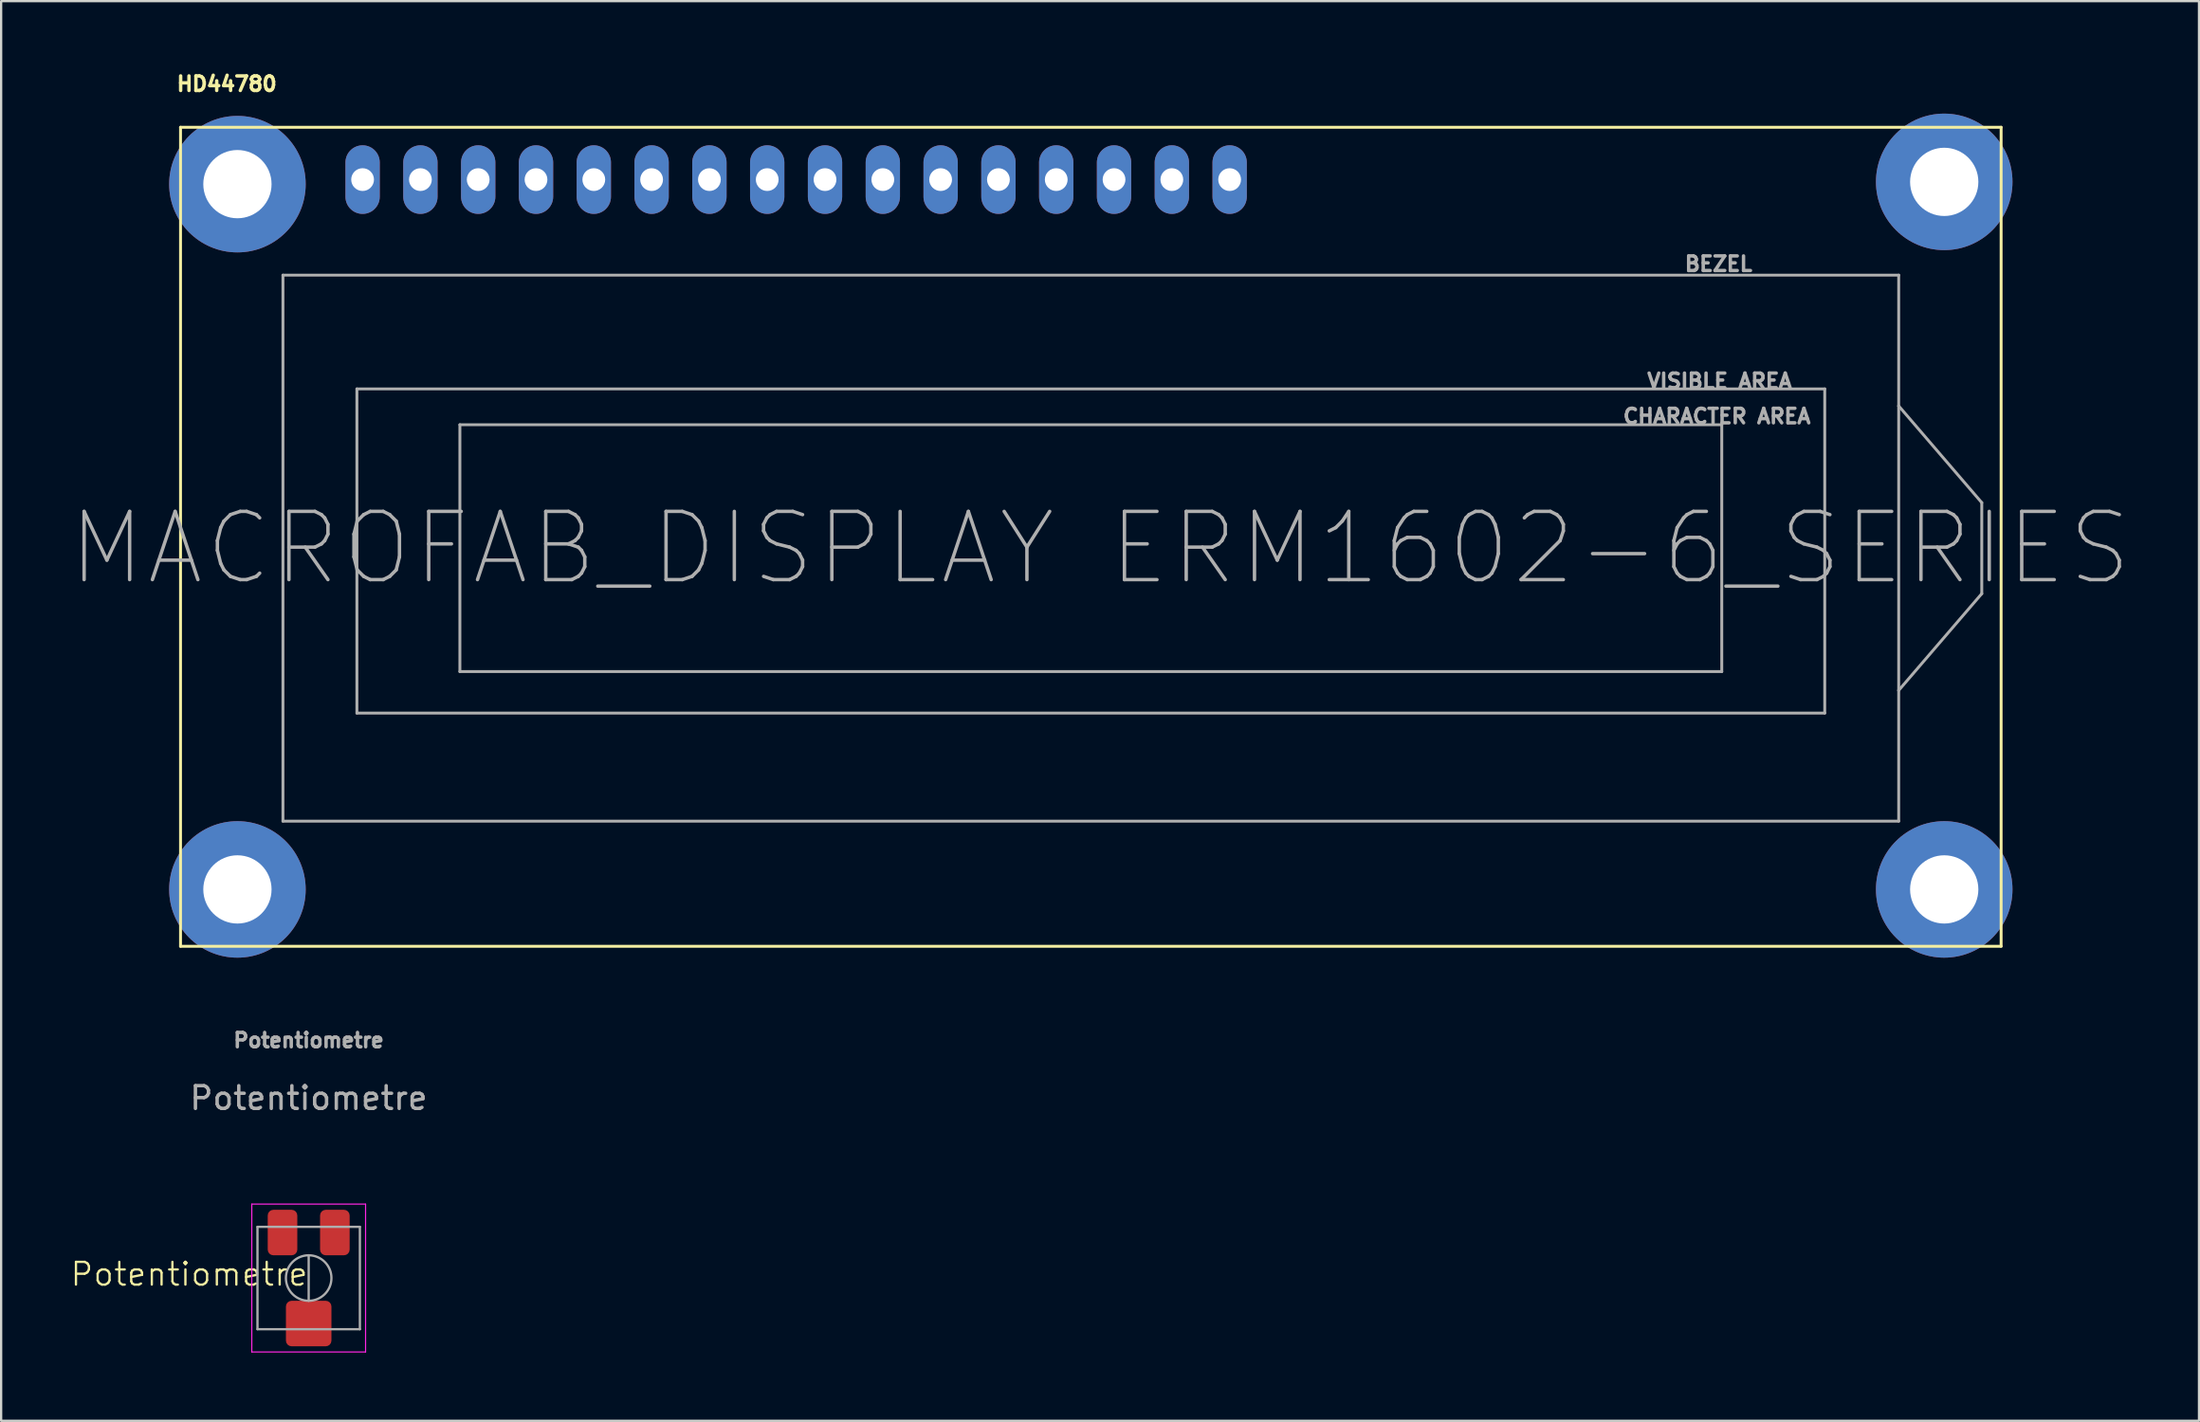
<source format=kicad_pcb>
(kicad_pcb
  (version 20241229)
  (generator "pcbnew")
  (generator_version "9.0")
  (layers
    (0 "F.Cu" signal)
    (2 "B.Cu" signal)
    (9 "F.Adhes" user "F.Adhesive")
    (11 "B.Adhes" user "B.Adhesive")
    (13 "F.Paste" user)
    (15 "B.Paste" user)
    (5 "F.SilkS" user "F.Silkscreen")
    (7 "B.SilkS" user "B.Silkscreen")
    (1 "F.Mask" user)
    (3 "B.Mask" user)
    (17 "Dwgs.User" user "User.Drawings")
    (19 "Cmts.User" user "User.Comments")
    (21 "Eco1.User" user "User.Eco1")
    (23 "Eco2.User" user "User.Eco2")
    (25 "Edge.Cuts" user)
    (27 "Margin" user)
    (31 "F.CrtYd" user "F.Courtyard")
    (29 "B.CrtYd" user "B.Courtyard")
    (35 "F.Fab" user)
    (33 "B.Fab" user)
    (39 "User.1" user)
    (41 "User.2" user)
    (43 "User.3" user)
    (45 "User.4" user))
  (footprint "HD44780"
    (layer "F.Cu")
    (at 4.883 2.544)
    (property "Reference" "HD44780" (at 2.032 -1.906 0) (layer "F.SilkS") (effects (font (size 0.64 0.64) (thickness 0.15))))
    (attr through_hole)
    (fp_line (start 0 0) (end 0 36) (stroke (width 0.127) (type solid)) (layer "F.SilkS"))
    (fp_line (start 0 0) (end 80 0) (stroke (width 0.127) (type solid)) (layer "F.SilkS"))
    (fp_line (start 0 36) (end 80 36) (stroke (width 0.127) (type solid)) (layer "F.SilkS"))
    (fp_line (start 80 36) (end 80 0) (stroke (width 0.127) (type solid)) (layer "F.SilkS"))
    (fp_line (start 4.5 6.5) (end 4.5 30.5) (stroke (width 0.127) (type solid)) (layer "F.Fab"))
    (fp_line (start 4.5 30.5) (end 75.5 30.5) (stroke (width 0.127) (type solid)) (layer "F.Fab"))
    (fp_line (start 7.75 11.5) (end 7.75 25.75) (stroke (width 0.127) (type solid)) (layer "F.Fab"))
    (fp_line (start 7.75 25.75) (end 72.25 25.75) (stroke (width 0.127) (type solid)) (layer "F.Fab"))
    (fp_line (start 12.275 13.075) (end 12.275 23.925) (stroke (width 0.127) (type solid)) (layer "F.Fab"))
    (fp_line (start 12.275 23.925) (end 67.725 23.925) (stroke (width 0.127) (type solid)) (layer "F.Fab"))
    (fp_line (start 67.725 13.075) (end 12.275 13.075) (stroke (width 0.127) (type solid)) (layer "F.Fab"))
    (fp_line (start 67.725 23.925) (end 67.725 13.075) (stroke (width 0.127) (type solid)) (layer "F.Fab"))
    (fp_line (start 72.25 11.5) (end 7.75 11.5) (stroke (width 0.127) (type solid)) (layer "F.Fab"))
    (fp_line (start 72.25 25.75) (end 72.25 11.5) (stroke (width 0.127) (type solid)) (layer "F.Fab"))
    (fp_line (start 75.5 6.5) (end 4.5 6.5) (stroke (width 0.127) (type solid)) (layer "F.Fab"))
    (fp_line (start 75.5 12.25) (end 75.5 6.5) (stroke (width 0.127) (type solid)) (layer "F.Fab"))
    (fp_line (start 75.5 12.25) (end 79.15 16.5) (stroke (width 0.127) (type solid)) (layer "F.Fab"))
    (fp_line (start 75.5 24.75) (end 75.5 12.25) (stroke (width 0.127) (type solid)) (layer "F.Fab"))
    (fp_line (start 75.5 30.5) (end 75.5 24.75) (stroke (width 0.127) (type solid)) (layer "F.Fab"))
    (fp_line (start 79.15 16.5) (end 79.15 20.5) (stroke (width 0.127) (type solid)) (layer "F.Fab"))
    (fp_line (start 79.15 20.5) (end 75.5 24.75) (stroke (width 0.127) (type solid)) (layer "F.Fab"))
    (fp_text user "VISIBLE AREA" (at 67.629 11.156 0) (layer "F.Fab") (effects (font (size 0.641 0.641) (thickness 0.15))))
    (fp_text user "MACROFAB_DISPLAY ERM1602-6_SERIES" (at 40.406 18.503 0) (layer "F.Fab") (effects (font (size 3 3) (thickness 0.15))))
    (fp_text user "BEZEL" (at 67.582 6.007 0) (layer "F.Fab") (effects (font (size 0.641 0.641) (thickness 0.15))))
    (fp_text user "CHARACTER AREA" (at 67.51 12.702 0) (layer "F.Fab") (effects (font (size 0.64 0.64) (thickness 0.15))))
    (pad "MNT1" thru_hole circle (at 2.5 2.5) (size 6 6) (drill 3) (layers "*.Cu" "*.Mask"))
    (pad "MNT2" thru_hole circle (at 77.5 2.4) (size 6 6) (drill 3) (layers "*.Cu" "*.Mask"))
    (pad "MNT3" thru_hole circle (at 2.5 33.5) (size 6 6) (drill 3) (layers "*.Cu" "*.Mask"))
    (pad "MNT4" thru_hole circle (at 77.5 33.5) (size 6 6) (drill 3) (layers "*.Cu" "*.Mask"))
    (pad "P$1" thru_hole oval (at 8 2.3) (size 1.508 3.016) (drill 1) (layers "*.Cu" "*.Mask"))
    (pad "P$2" thru_hole oval (at 10.54 2.3) (size 1.508 3.016) (drill 1) (layers "*.Cu" "*.Mask"))
    (pad "P$3" thru_hole oval (at 13.08 2.3) (size 1.508 3.016) (drill 1) (layers "*.Cu" "*.Mask"))
    (pad "P$4" thru_hole oval (at 15.62 2.3) (size 1.508 3.016) (drill 1) (layers "*.Cu" "*.Mask"))
    (pad "P$5" thru_hole oval (at 18.16 2.3) (size 1.508 3.016) (drill 1) (layers "*.Cu" "*.Mask"))
    (pad "P$6" thru_hole oval (at 20.7 2.3) (size 1.508 3.016) (drill 1) (layers "*.Cu" "*.Mask"))
    (pad "P$7" thru_hole oval (at 23.24 2.3) (size 1.508 3.016) (drill 1) (layers "*.Cu" "*.Mask"))
    (pad "P$8" thru_hole oval (at 25.78 2.3) (size 1.508 3.016) (drill 1) (layers "*.Cu" "*.Mask"))
    (pad "P$9" thru_hole oval (at 28.32 2.3) (size 1.508 3.016) (drill 1) (layers "*.Cu" "*.Mask"))
    (pad "P$10" thru_hole oval (at 30.86 2.3) (size 1.508 3.016) (drill 1) (layers "*.Cu" "*.Mask"))
    (pad "P$11" thru_hole oval (at 33.4 2.3) (size 1.508 3.016) (drill 1) (layers "*.Cu" "*.Mask"))
    (pad "P$12" thru_hole oval (at 35.94 2.3) (size 1.508 3.016) (drill 1) (layers "*.Cu" "*.Mask"))
    (pad "P$13" thru_hole oval (at 38.48 2.3) (size 1.508 3.016) (drill 1) (layers "*.Cu" "*.Mask"))
    (pad "P$14" thru_hole oval (at 41.02 2.3) (size 1.508 3.016) (drill 1) (layers "*.Cu" "*.Mask"))
    (pad "P$15" thru_hole oval (at 43.56 2.3) (size 1.508 3.016) (drill 1) (layers "*.Cu" "*.Mask"))
    (pad "P$16" thru_hole oval (at 46.1 2.3) (size 1.508 3.016) (drill 1) (layers "*.Cu" "*.Mask")))
  (footprint "Potentiometre"
    (layer "F.Cu")
    (at 10.514 52.836)
    (property "Reference" "Potentiometre" (at -5.25 0.12 0) (unlocked yes) (layer "F.SilkS") (effects (font (size 1 1) (thickness 0.1))))
    (attr smd)
    (fp_line (start -2.5 -2.96) (end -2.5 3.54) (stroke (width 0.05) (type solid)) (layer "F.CrtYd"))
    (fp_line (start -2.5 3.54) (end 2.5 3.54) (stroke (width 0.05) (type solid)) (layer "F.CrtYd"))
    (fp_line (start 2.5 -2.96) (end -2.5 -2.96) (stroke (width 0.05) (type solid)) (layer "F.CrtYd"))
    (fp_line (start 2.5 3.54) (end 2.5 -2.96) (stroke (width 0.05) (type solid)) (layer "F.CrtYd"))
    (fp_line (start -2.25 -1.96) (end -2.25 2.54) (stroke (width 0.1) (type solid)) (layer "F.Fab"))
    (fp_line (start -2.25 2.54) (end 2.25 2.54) (stroke (width 0.1) (type solid)) (layer "F.Fab"))
    (fp_line (start 0 1.29) (end 0 -0.71) (stroke (width 0.1) (type solid)) (layer "F.Fab"))
    (fp_line (start 2.25 -1.96) (end -2.25 -1.96) (stroke (width 0.1) (type solid)) (layer "F.Fab"))
    (fp_line (start 2.25 2.54) (end 2.25 -1.96) (stroke (width 0.1) (type solid)) (layer "F.Fab"))
    (fp_circle (center 0 0.29) (end 1 0.29) (stroke (width 0.1) (type solid)) (fill no) (layer "F.Fab"))
    (fp_text user "${REFERENCE}" (at 0 -7.62 0) (unlocked yes) (layer "F.Fab") (effects (font (size 1 1) (thickness 0.15))))
    (fp_text user "${REFERENCE}" (at 0 -10.16 0) (layer "F.Fab") (effects (font (size 0.63 0.63) (thickness 0.15))))
    (pad "1" smd roundrect (at -1.15 -1.71) (size 1.3 2) (layers "F.Cu" "F.Mask" "F.Paste") (roundrect_rratio 0.192))
    (pad "2" smd roundrect (at 0 2.29) (size 2 2) (layers "F.Cu" "F.Mask" "F.Paste") (roundrect_rratio 0.125))
    (pad "3" smd roundrect (at 1.15 -1.71) (size 1.3 2) (layers "F.Cu" "F.Mask" "F.Paste") (roundrect_rratio 0.192)))
  (gr_rect
    (start -3 -3)
    (end 93.578 59.401)
    (stroke (width 0.1) (type default))
    (fill no)
    (layer "Edge.Cuts")))
</source>
